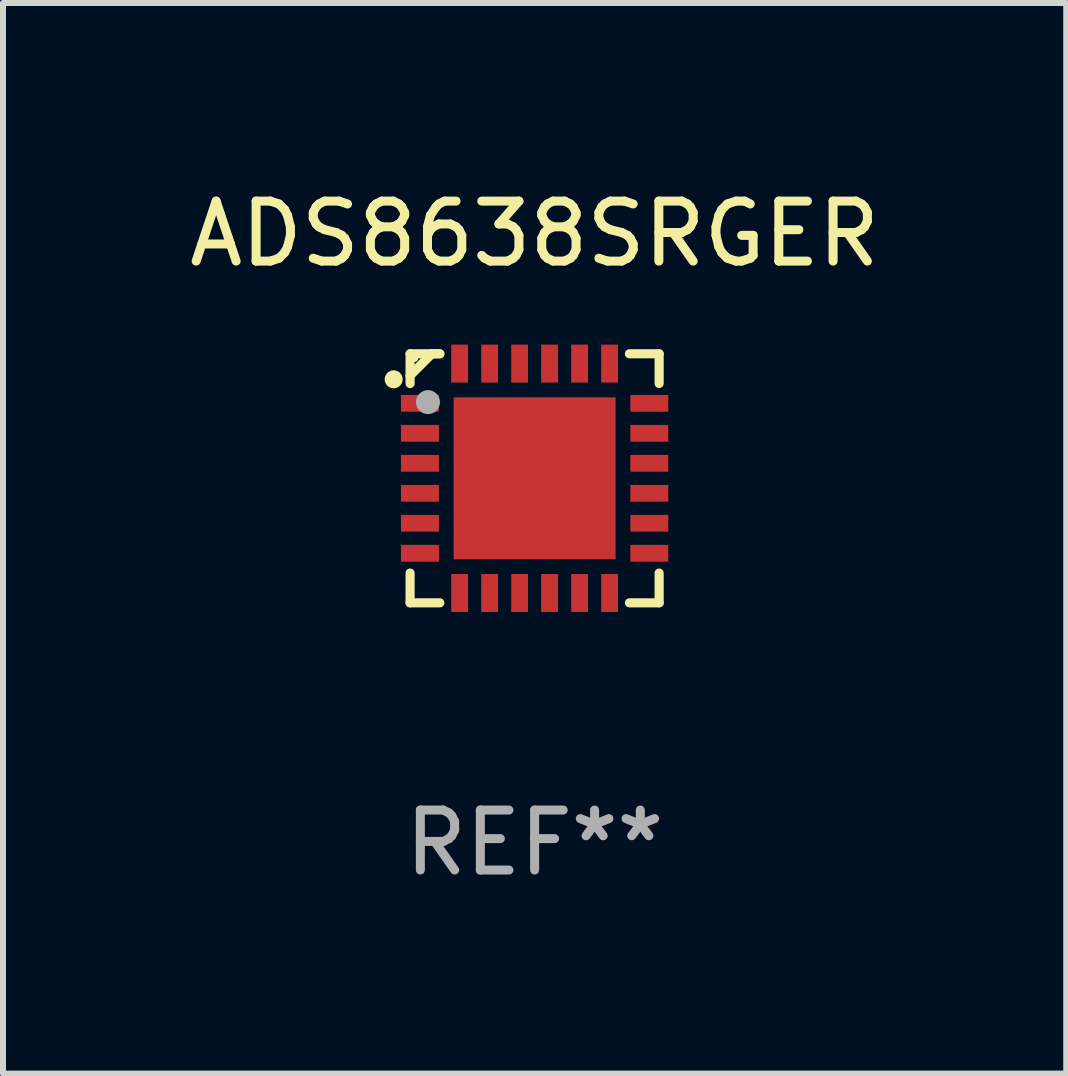
<source format=kicad_pcb>
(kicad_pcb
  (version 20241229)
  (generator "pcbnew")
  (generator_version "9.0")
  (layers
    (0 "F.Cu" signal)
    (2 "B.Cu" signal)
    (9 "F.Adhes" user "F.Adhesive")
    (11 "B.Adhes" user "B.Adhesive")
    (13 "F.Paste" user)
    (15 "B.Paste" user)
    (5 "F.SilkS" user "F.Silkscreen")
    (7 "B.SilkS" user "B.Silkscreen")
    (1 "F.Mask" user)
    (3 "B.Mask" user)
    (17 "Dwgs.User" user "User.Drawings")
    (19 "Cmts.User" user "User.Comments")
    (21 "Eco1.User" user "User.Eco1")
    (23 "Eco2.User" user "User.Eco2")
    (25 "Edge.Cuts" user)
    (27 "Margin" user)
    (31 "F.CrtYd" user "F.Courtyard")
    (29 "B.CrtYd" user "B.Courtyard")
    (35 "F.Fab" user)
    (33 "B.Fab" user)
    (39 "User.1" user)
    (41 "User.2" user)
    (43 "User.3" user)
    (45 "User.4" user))
  (footprint "ADS8638SRGER"
    (layer "F.Cu")
    (at 5.863 4.924)
    (property "Reference" "ADS8638SRGER" (at 0 -4.076 0) (layer "F.SilkS") (effects (font (size 1 1) (thickness 0.15))))
    (attr through_hole)
    (fp_line (start -2.076 -2.076) (end -2.076 -1.58) (stroke (width 0.152) (type solid)) (layer "F.SilkS"))
    (fp_line (start -2.076 2.076) (end -2.076 1.58) (stroke (width 0.152) (type solid)) (layer "F.SilkS"))
    (fp_line (start -1.713 -2.076) (end -2.076 -1.713) (stroke (width 0.152) (type solid)) (layer "F.SilkS"))
    (fp_line (start -1.58 -2.076) (end -2.076 -2.076) (stroke (width 0.152) (type solid)) (layer "F.SilkS"))
    (fp_line (start -1.58 -2.076) (end -1.713 -2.076) (stroke (width 0.152) (type solid)) (layer "F.SilkS"))
    (fp_line (start -1.58 2.076) (end -2.076 2.076) (stroke (width 0.152) (type solid)) (layer "F.SilkS"))
    (fp_line (start 1.58 -2.076) (end 2.076 -2.076) (stroke (width 0.152) (type solid)) (layer "F.SilkS"))
    (fp_line (start 1.58 2.076) (end 2.076 2.076) (stroke (width 0.152) (type solid)) (layer "F.SilkS"))
    (fp_line (start 2.076 -2.076) (end 2.076 -1.58) (stroke (width 0.152) (type solid)) (layer "F.SilkS"))
    (fp_line (start 2.076 2.076) (end 2.076 1.58) (stroke (width 0.152) (type solid)) (layer "F.SilkS"))
    (fp_circle (center -2.35 -1.65) (end -2.275 -1.65) (stroke (width 0.15) (type solid)) (fill no) (layer "F.SilkS"))
    (fp_circle (center -2 -2) (end -1.97 -2) (stroke (width 0.06) (type solid)) (fill no) (layer "F.SilkS"))
    (fp_circle (center -1.778 -1.27) (end -1.678 -1.27) (stroke (width 0.2) (type solid)) (fill no) (layer "F.Fab"))
    (fp_text user "REF**" (at 0 6.076 0) (layer "F.Fab") (effects (font (size 1 1) (thickness 0.15))))
    (pad "1" smd rect (at -1.912 -1.25) (size 0.633 0.28) (layers "F.Cu" "F.Mask" "F.Paste"))
    (pad "2" smd rect (at -1.912 -0.75) (size 0.633 0.28) (layers "F.Cu" "F.Mask" "F.Paste"))
    (pad "3" smd rect (at -1.912 -0.25) (size 0.633 0.28) (layers "F.Cu" "F.Mask" "F.Paste"))
    (pad "4" smd rect (at -1.912 0.25) (size 0.633 0.28) (layers "F.Cu" "F.Mask" "F.Paste"))
    (pad "5" smd rect (at -1.912 0.75) (size 0.633 0.28) (layers "F.Cu" "F.Mask" "F.Paste"))
    (pad "6" smd rect (at -1.912 1.25) (size 0.633 0.28) (layers "F.Cu" "F.Mask" "F.Paste"))
    (pad "7" smd rect (at -1.25 1.912) (size 0.28 0.633) (layers "F.Cu" "F.Mask" "F.Paste"))
    (pad "8" smd rect (at -0.75 1.912) (size 0.28 0.633) (layers "F.Cu" "F.Mask" "F.Paste"))
    (pad "9" smd rect (at -0.25 1.912) (size 0.28 0.633) (layers "F.Cu" "F.Mask" "F.Paste"))
    (pad "10" smd rect (at 0.25 1.912) (size 0.28 0.633) (layers "F.Cu" "F.Mask" "F.Paste"))
    (pad "11" smd rect (at 0.75 1.912) (size 0.28 0.633) (layers "F.Cu" "F.Mask" "F.Paste"))
    (pad "12" smd rect (at 1.25 1.912) (size 0.28 0.633) (layers "F.Cu" "F.Mask" "F.Paste"))
    (pad "13" smd rect (at 1.912 1.25) (size 0.633 0.28) (layers "F.Cu" "F.Mask" "F.Paste"))
    (pad "14" smd rect (at 1.912 0.75) (size 0.633 0.28) (layers "F.Cu" "F.Mask" "F.Paste"))
    (pad "15" smd rect (at 1.912 0.25) (size 0.633 0.28) (layers "F.Cu" "F.Mask" "F.Paste"))
    (pad "16" smd rect (at 1.912 -0.25) (size 0.633 0.28) (layers "F.Cu" "F.Mask" "F.Paste"))
    (pad "17" smd rect (at 1.912 -0.75) (size 0.633 0.28) (layers "F.Cu" "F.Mask" "F.Paste"))
    (pad "18" smd rect (at 1.912 -1.25) (size 0.633 0.28) (layers "F.Cu" "F.Mask" "F.Paste"))
    (pad "19" smd rect (at 1.25 -1.912) (size 0.28 0.633) (layers "F.Cu" "F.Mask" "F.Paste"))
    (pad "20" smd rect (at 0.75 -1.912) (size 0.28 0.633) (layers "F.Cu" "F.Mask" "F.Paste"))
    (pad "21" smd rect (at 0.25 -1.912) (size 0.28 0.633) (layers "F.Cu" "F.Mask" "F.Paste"))
    (pad "22" smd rect (at -0.25 -1.912) (size 0.28 0.633) (layers "F.Cu" "F.Mask" "F.Paste"))
    (pad "23" smd rect (at -0.75 -1.912) (size 0.28 0.633) (layers "F.Cu" "F.Mask" "F.Paste"))
    (pad "24" smd rect (at -1.25 -1.912) (size 0.28 0.633) (layers "F.Cu" "F.Mask" "F.Paste"))
    (pad "25" smd rect (at 0 0) (size 2.7 2.7) (layers "F.Cu" "F.Mask" "F.Paste")))
  (gr_rect
    (start -3 -3)
    (end 14.726 14.849)
    (stroke (width 0.1) (type default))
    (fill no)
    (layer "Edge.Cuts")))
</source>
